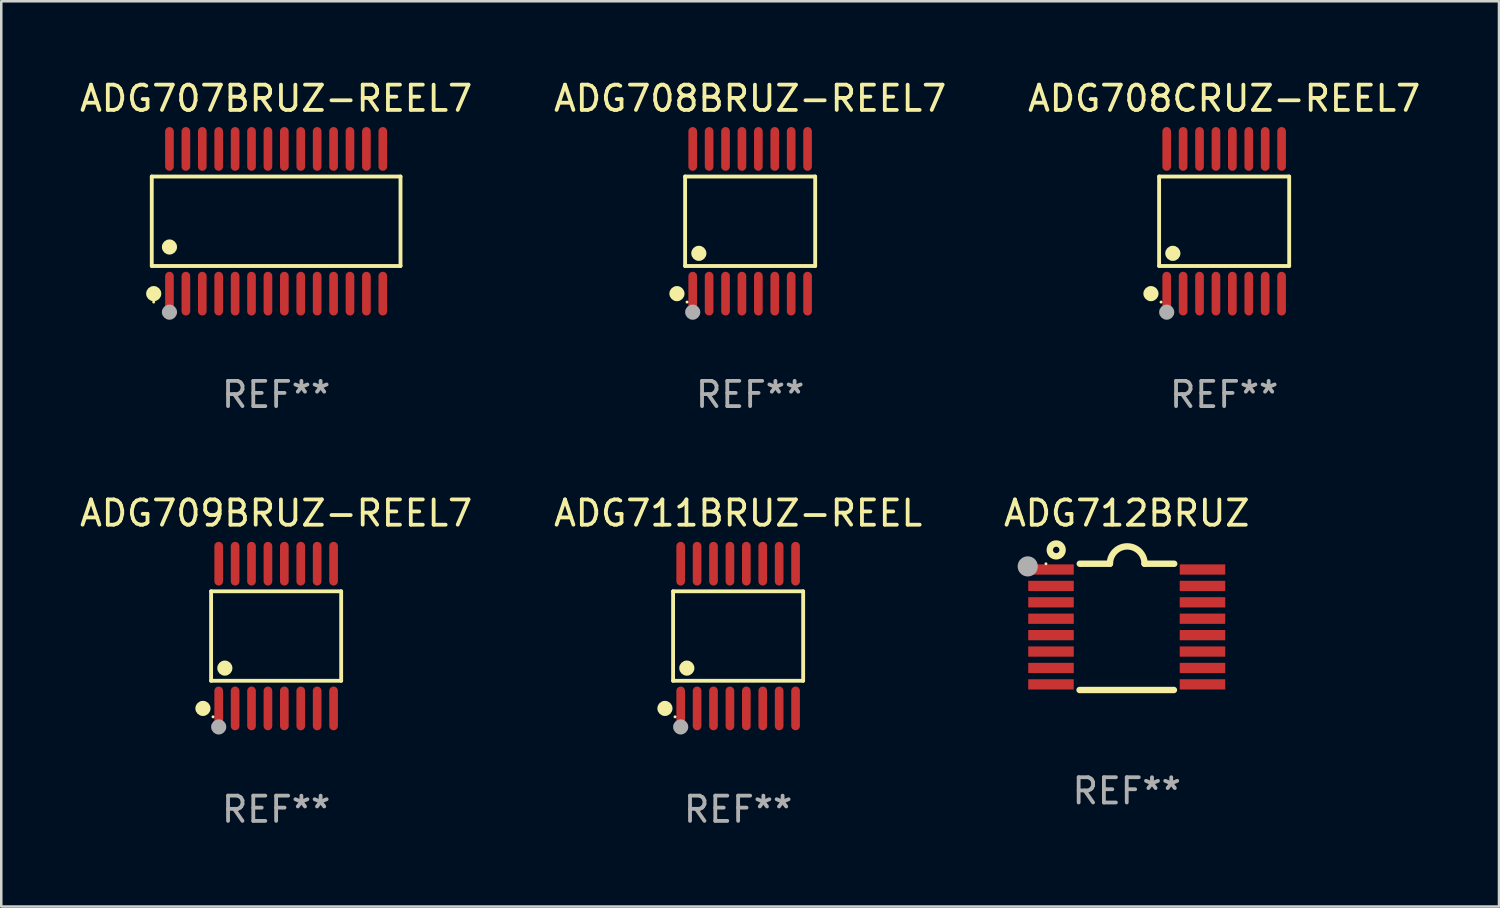
<source format=kicad_pcb>
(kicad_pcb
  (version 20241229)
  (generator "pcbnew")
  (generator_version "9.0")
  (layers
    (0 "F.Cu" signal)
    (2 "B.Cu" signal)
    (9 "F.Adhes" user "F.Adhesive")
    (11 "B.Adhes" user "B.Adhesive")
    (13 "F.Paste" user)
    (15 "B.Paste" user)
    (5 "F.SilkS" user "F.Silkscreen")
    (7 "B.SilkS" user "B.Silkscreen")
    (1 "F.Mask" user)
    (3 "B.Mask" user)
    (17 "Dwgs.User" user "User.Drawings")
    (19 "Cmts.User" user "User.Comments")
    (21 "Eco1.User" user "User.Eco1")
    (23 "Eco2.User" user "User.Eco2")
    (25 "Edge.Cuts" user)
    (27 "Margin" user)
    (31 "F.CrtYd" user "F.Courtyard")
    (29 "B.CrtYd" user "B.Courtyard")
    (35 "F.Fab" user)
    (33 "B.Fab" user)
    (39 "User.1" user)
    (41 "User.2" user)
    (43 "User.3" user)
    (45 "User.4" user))
  (footprint "ADG709BRUZ-REEL7"
    (layer "F.Cu")
    (at 7.887 22.142)
    (property "Reference" "ADG709BRUZ-REEL7" (at 0 -4.866 0) (layer "F.SilkS") (effects (font (size 1 1) (thickness 0.15))))
    (attr through_hole)
    (fp_line (start -2.576 -1.772) (end 2.576 -1.772) (stroke (width 0.152) (type solid)) (layer "F.SilkS"))
    (fp_line (start -2.576 1.771) (end -2.576 -1.772) (stroke (width 0.152) (type solid)) (layer "F.SilkS"))
    (fp_line (start 2.576 -1.772) (end 2.576 1.771) (stroke (width 0.152) (type solid)) (layer "F.SilkS"))
    (fp_line (start 2.576 1.771) (end -2.576 1.771) (stroke (width 0.152) (type solid)) (layer "F.SilkS"))
    (fp_circle (center -2.899 2.866) (end -2.749 2.866) (stroke (width 0.3) (type solid)) (fill no) (layer "F.SilkS"))
    (fp_circle (center -2.5 3.2) (end -2.47 3.2) (stroke (width 0.06) (type solid)) (fill no) (layer "F.SilkS"))
    (fp_circle (center -2.032 1.27) (end -1.882 1.27) (stroke (width 0.3) (type solid)) (fill no) (layer "F.SilkS"))
    (fp_circle (center -2.275 3.6) (end -2.125 3.6) (stroke (width 0.3) (type solid)) (fill no) (layer "F.Fab"))
    (fp_text user "REF**" (at 0 6.866 0) (layer "F.Fab") (effects (font (size 1 1) (thickness 0.15))))
    (pad "1" smd oval (at -2.275 2.866) (size 0.343 1.731) (layers "F.Cu" "F.Mask" "F.Paste"))
    (pad "2" smd oval (at -1.625 2.866) (size 0.343 1.731) (layers "F.Cu" "F.Mask" "F.Paste"))
    (pad "3" smd oval (at -0.975 2.866) (size 0.343 1.731) (layers "F.Cu" "F.Mask" "F.Paste"))
    (pad "4" smd oval (at -0.325 2.866) (size 0.343 1.731) (layers "F.Cu" "F.Mask" "F.Paste"))
    (pad "5" smd oval (at 0.325 2.866) (size 0.343 1.731) (layers "F.Cu" "F.Mask" "F.Paste"))
    (pad "6" smd oval (at 0.975 2.866) (size 0.343 1.731) (layers "F.Cu" "F.Mask" "F.Paste"))
    (pad "7" smd oval (at 1.625 2.866) (size 0.343 1.731) (layers "F.Cu" "F.Mask" "F.Paste"))
    (pad "8" smd oval (at 2.275 2.866) (size 0.343 1.731) (layers "F.Cu" "F.Mask" "F.Paste"))
    (pad "9" smd oval (at 2.275 -2.866) (size 0.343 1.731) (layers "F.Cu" "F.Mask" "F.Paste"))
    (pad "10" smd oval (at 1.625 -2.866) (size 0.343 1.731) (layers "F.Cu" "F.Mask" "F.Paste"))
    (pad "11" smd oval (at 0.975 -2.866) (size 0.343 1.731) (layers "F.Cu" "F.Mask" "F.Paste"))
    (pad "12" smd oval (at 0.325 -2.866) (size 0.343 1.731) (layers "F.Cu" "F.Mask" "F.Paste"))
    (pad "13" smd oval (at -0.325 -2.866) (size 0.343 1.731) (layers "F.Cu" "F.Mask" "F.Paste"))
    (pad "14" smd oval (at -0.975 -2.866) (size 0.343 1.731) (layers "F.Cu" "F.Mask" "F.Paste"))
    (pad "15" smd oval (at -1.625 -2.866) (size 0.343 1.731) (layers "F.Cu" "F.Mask" "F.Paste"))
    (pad "16" smd oval (at -2.275 -2.866) (size 0.343 1.731) (layers "F.Cu" "F.Mask" "F.Paste")))
  (footprint "ADG711BRUZ-REEL"
    (layer "F.Cu")
    (at 26.185 22.142)
    (property "Reference" "ADG711BRUZ-REEL" (at 0 -4.866 0) (layer "F.SilkS") (effects (font (size 1 1) (thickness 0.15))))
    (attr through_hole)
    (fp_line (start -2.576 -1.772) (end 2.576 -1.772) (stroke (width 0.152) (type solid)) (layer "F.SilkS"))
    (fp_line (start -2.576 1.771) (end -2.576 -1.772) (stroke (width 0.152) (type solid)) (layer "F.SilkS"))
    (fp_line (start 2.576 -1.772) (end 2.576 1.771) (stroke (width 0.152) (type solid)) (layer "F.SilkS"))
    (fp_line (start 2.576 1.771) (end -2.576 1.771) (stroke (width 0.152) (type solid)) (layer "F.SilkS"))
    (fp_circle (center -2.899 2.866) (end -2.749 2.866) (stroke (width 0.3) (type solid)) (fill no) (layer "F.SilkS"))
    (fp_circle (center -2.5 3.2) (end -2.47 3.2) (stroke (width 0.06) (type solid)) (fill no) (layer "F.SilkS"))
    (fp_circle (center -2.032 1.27) (end -1.882 1.27) (stroke (width 0.3) (type solid)) (fill no) (layer "F.SilkS"))
    (fp_circle (center -2.275 3.6) (end -2.125 3.6) (stroke (width 0.3) (type solid)) (fill no) (layer "F.Fab"))
    (fp_text user "REF**" (at 0 6.866 0) (layer "F.Fab") (effects (font (size 1 1) (thickness 0.15))))
    (pad "1" smd oval (at -2.275 2.866) (size 0.343 1.731) (layers "F.Cu" "F.Mask" "F.Paste"))
    (pad "2" smd oval (at -1.625 2.866) (size 0.343 1.731) (layers "F.Cu" "F.Mask" "F.Paste"))
    (pad "3" smd oval (at -0.975 2.866) (size 0.343 1.731) (layers "F.Cu" "F.Mask" "F.Paste"))
    (pad "4" smd oval (at -0.325 2.866) (size 0.343 1.731) (layers "F.Cu" "F.Mask" "F.Paste"))
    (pad "5" smd oval (at 0.325 2.866) (size 0.343 1.731) (layers "F.Cu" "F.Mask" "F.Paste"))
    (pad "6" smd oval (at 0.975 2.866) (size 0.343 1.731) (layers "F.Cu" "F.Mask" "F.Paste"))
    (pad "7" smd oval (at 1.625 2.866) (size 0.343 1.731) (layers "F.Cu" "F.Mask" "F.Paste"))
    (pad "8" smd oval (at 2.275 2.866) (size 0.343 1.731) (layers "F.Cu" "F.Mask" "F.Paste"))
    (pad "9" smd oval (at 2.275 -2.866) (size 0.343 1.731) (layers "F.Cu" "F.Mask" "F.Paste"))
    (pad "10" smd oval (at 1.625 -2.866) (size 0.343 1.731) (layers "F.Cu" "F.Mask" "F.Paste"))
    (pad "11" smd oval (at 0.975 -2.866) (size 0.343 1.731) (layers "F.Cu" "F.Mask" "F.Paste"))
    (pad "12" smd oval (at 0.325 -2.866) (size 0.343 1.731) (layers "F.Cu" "F.Mask" "F.Paste"))
    (pad "13" smd oval (at -0.325 -2.866) (size 0.343 1.731) (layers "F.Cu" "F.Mask" "F.Paste"))
    (pad "14" smd oval (at -0.975 -2.866) (size 0.343 1.731) (layers "F.Cu" "F.Mask" "F.Paste"))
    (pad "15" smd oval (at -1.625 -2.866) (size 0.343 1.731) (layers "F.Cu" "F.Mask" "F.Paste"))
    (pad "16" smd oval (at -2.275 -2.866) (size 0.343 1.731) (layers "F.Cu" "F.Mask" "F.Paste")))
  (footprint "ADG708BRUZ-REEL7"
    (layer "F.Cu")
    (at 26.661 5.714)
    (property "Reference" "ADG708BRUZ-REEL7" (at 0 -4.866 0) (layer "F.SilkS") (effects (font (size 1 1) (thickness 0.15))))
    (attr through_hole)
    (fp_line (start -2.576 -1.772) (end 2.576 -1.772) (stroke (width 0.152) (type solid)) (layer "F.SilkS"))
    (fp_line (start -2.576 1.771) (end -2.576 -1.772) (stroke (width 0.152) (type solid)) (layer "F.SilkS"))
    (fp_line (start 2.576 -1.772) (end 2.576 1.771) (stroke (width 0.152) (type solid)) (layer "F.SilkS"))
    (fp_line (start 2.576 1.771) (end -2.576 1.771) (stroke (width 0.152) (type solid)) (layer "F.SilkS"))
    (fp_circle (center -2.899 2.866) (end -2.749 2.866) (stroke (width 0.3) (type solid)) (fill no) (layer "F.SilkS"))
    (fp_circle (center -2.5 3.2) (end -2.47 3.2) (stroke (width 0.06) (type solid)) (fill no) (layer "F.SilkS"))
    (fp_circle (center -2.032 1.27) (end -1.882 1.27) (stroke (width 0.3) (type solid)) (fill no) (layer "F.SilkS"))
    (fp_circle (center -2.275 3.6) (end -2.125 3.6) (stroke (width 0.3) (type solid)) (fill no) (layer "F.Fab"))
    (fp_text user "REF**" (at 0 6.866 0) (layer "F.Fab") (effects (font (size 1 1) (thickness 0.15))))
    (pad "1" smd oval (at -2.275 2.866) (size 0.343 1.731) (layers "F.Cu" "F.Mask" "F.Paste"))
    (pad "2" smd oval (at -1.625 2.866) (size 0.343 1.731) (layers "F.Cu" "F.Mask" "F.Paste"))
    (pad "3" smd oval (at -0.975 2.866) (size 0.343 1.731) (layers "F.Cu" "F.Mask" "F.Paste"))
    (pad "4" smd oval (at -0.325 2.866) (size 0.343 1.731) (layers "F.Cu" "F.Mask" "F.Paste"))
    (pad "5" smd oval (at 0.325 2.866) (size 0.343 1.731) (layers "F.Cu" "F.Mask" "F.Paste"))
    (pad "6" smd oval (at 0.975 2.866) (size 0.343 1.731) (layers "F.Cu" "F.Mask" "F.Paste"))
    (pad "7" smd oval (at 1.625 2.866) (size 0.343 1.731) (layers "F.Cu" "F.Mask" "F.Paste"))
    (pad "8" smd oval (at 2.275 2.866) (size 0.343 1.731) (layers "F.Cu" "F.Mask" "F.Paste"))
    (pad "9" smd oval (at 2.275 -2.866) (size 0.343 1.731) (layers "F.Cu" "F.Mask" "F.Paste"))
    (pad "10" smd oval (at 1.625 -2.866) (size 0.343 1.731) (layers "F.Cu" "F.Mask" "F.Paste"))
    (pad "11" smd oval (at 0.975 -2.866) (size 0.343 1.731) (layers "F.Cu" "F.Mask" "F.Paste"))
    (pad "12" smd oval (at 0.325 -2.866) (size 0.343 1.731) (layers "F.Cu" "F.Mask" "F.Paste"))
    (pad "13" smd oval (at -0.325 -2.866) (size 0.343 1.731) (layers "F.Cu" "F.Mask" "F.Paste"))
    (pad "14" smd oval (at -0.975 -2.866) (size 0.343 1.731) (layers "F.Cu" "F.Mask" "F.Paste"))
    (pad "15" smd oval (at -1.625 -2.866) (size 0.343 1.731) (layers "F.Cu" "F.Mask" "F.Paste"))
    (pad "16" smd oval (at -2.275 -2.866) (size 0.343 1.731) (layers "F.Cu" "F.Mask" "F.Paste")))
  (footprint "ADG708CRUZ-REEL7"
    (layer "F.Cu")
    (at 45.435 5.714)
    (property "Reference" "ADG708CRUZ-REEL7" (at 0 -4.866 0) (layer "F.SilkS") (effects (font (size 1 1) (thickness 0.15))))
    (attr through_hole)
    (fp_line (start -2.576 -1.772) (end 2.576 -1.772) (stroke (width 0.152) (type solid)) (layer "F.SilkS"))
    (fp_line (start -2.576 1.771) (end -2.576 -1.772) (stroke (width 0.152) (type solid)) (layer "F.SilkS"))
    (fp_line (start 2.576 -1.772) (end 2.576 1.771) (stroke (width 0.152) (type solid)) (layer "F.SilkS"))
    (fp_line (start 2.576 1.771) (end -2.576 1.771) (stroke (width 0.152) (type solid)) (layer "F.SilkS"))
    (fp_circle (center -2.899 2.866) (end -2.749 2.866) (stroke (width 0.3) (type solid)) (fill no) (layer "F.SilkS"))
    (fp_circle (center -2.5 3.2) (end -2.47 3.2) (stroke (width 0.06) (type solid)) (fill no) (layer "F.SilkS"))
    (fp_circle (center -2.032 1.27) (end -1.882 1.27) (stroke (width 0.3) (type solid)) (fill no) (layer "F.SilkS"))
    (fp_circle (center -2.275 3.6) (end -2.125 3.6) (stroke (width 0.3) (type solid)) (fill no) (layer "F.Fab"))
    (fp_text user "REF**" (at 0 6.866 0) (layer "F.Fab") (effects (font (size 1 1) (thickness 0.15))))
    (pad "1" smd oval (at -2.275 2.866) (size 0.343 1.731) (layers "F.Cu" "F.Mask" "F.Paste"))
    (pad "2" smd oval (at -1.625 2.866) (size 0.343 1.731) (layers "F.Cu" "F.Mask" "F.Paste"))
    (pad "3" smd oval (at -0.975 2.866) (size 0.343 1.731) (layers "F.Cu" "F.Mask" "F.Paste"))
    (pad "4" smd oval (at -0.325 2.866) (size 0.343 1.731) (layers "F.Cu" "F.Mask" "F.Paste"))
    (pad "5" smd oval (at 0.325 2.866) (size 0.343 1.731) (layers "F.Cu" "F.Mask" "F.Paste"))
    (pad "6" smd oval (at 0.975 2.866) (size 0.343 1.731) (layers "F.Cu" "F.Mask" "F.Paste"))
    (pad "7" smd oval (at 1.625 2.866) (size 0.343 1.731) (layers "F.Cu" "F.Mask" "F.Paste"))
    (pad "8" smd oval (at 2.275 2.866) (size 0.343 1.731) (layers "F.Cu" "F.Mask" "F.Paste"))
    (pad "9" smd oval (at 2.275 -2.866) (size 0.343 1.731) (layers "F.Cu" "F.Mask" "F.Paste"))
    (pad "10" smd oval (at 1.625 -2.866) (size 0.343 1.731) (layers "F.Cu" "F.Mask" "F.Paste"))
    (pad "11" smd oval (at 0.975 -2.866) (size 0.343 1.731) (layers "F.Cu" "F.Mask" "F.Paste"))
    (pad "12" smd oval (at 0.325 -2.866) (size 0.343 1.731) (layers "F.Cu" "F.Mask" "F.Paste"))
    (pad "13" smd oval (at -0.325 -2.866) (size 0.343 1.731) (layers "F.Cu" "F.Mask" "F.Paste"))
    (pad "14" smd oval (at -0.975 -2.866) (size 0.343 1.731) (layers "F.Cu" "F.Mask" "F.Paste"))
    (pad "15" smd oval (at -1.625 -2.866) (size 0.343 1.731) (layers "F.Cu" "F.Mask" "F.Paste"))
    (pad "16" smd oval (at -2.275 -2.866) (size 0.343 1.731) (layers "F.Cu" "F.Mask" "F.Paste")))
  (footprint "ADG712BRUZ"
    (layer "F.Cu")
    (at 41.577 21.778)
    (property "Reference" "ADG712BRUZ" (at 0 -4.501 0) (layer "F.SilkS") (effects (font (size 1 1) (thickness 0.15))))
    (attr through_hole)
    (fp_line (start -1.868 2.501) (end 1.868 2.501) (stroke (width 0.254) (type solid)) (layer "F.SilkS"))
    (fp_line (start -1.86 -2.499) (end -0.666 -2.501) (stroke (width 0.254) (type solid)) (layer "F.SilkS"))
    (fp_line (start 0.706 -2.501) (end 1.88 -2.499) (stroke (width 0.254) (type solid)) (layer "F.SilkS"))
    (fp_arc (start -0.665914 -2.501448) (mid 0.019888 -3.18725) (end 0.70569 -2.501448) (stroke (width 0.254001) (type solid)) (layer "F.SilkS"))
    (fp_circle (center -3.2 -2.497) (end -3.17 -2.497) (stroke (width 0.06) (type solid)) (fill no) (layer "F.SilkS"))
    (fp_circle (center -2.794 -3.047) (end -2.54 -3.047) (stroke (width 0.254) (type solid)) (fill no) (layer "F.SilkS"))
    (fp_circle (center -3.921 -2.395) (end -3.721 -2.395) (stroke (width 0.4) (type solid)) (fill no) (layer "F.Fab"))
    (fp_text user "REF**" (at 0 6.501 0) (layer "F.Fab") (effects (font (size 1 1) (thickness 0.15))))
    (pad "1" smd rect (at -3 -2.272) (size 1.803 0.406) (layers "F.Cu" "F.Mask" "F.Paste"))
    (pad "2" smd rect (at -3 -1.622) (size 1.803 0.406) (layers "F.Cu" "F.Mask" "F.Paste"))
    (pad "3" smd rect (at -3 -0.972) (size 1.803 0.406) (layers "F.Cu" "F.Mask" "F.Paste"))
    (pad "4" smd rect (at -3 -0.322) (size 1.803 0.406) (layers "F.Cu" "F.Mask" "F.Paste"))
    (pad "5" smd rect (at -3 0.328) (size 1.803 0.406) (layers "F.Cu" "F.Mask" "F.Paste"))
    (pad "6" smd rect (at -3 0.978) (size 1.803 0.406) (layers "F.Cu" "F.Mask" "F.Paste"))
    (pad "7" smd rect (at -3 1.628) (size 1.803 0.406) (layers "F.Cu" "F.Mask" "F.Paste"))
    (pad "8" smd rect (at -3 2.278) (size 1.803 0.406) (layers "F.Cu" "F.Mask" "F.Paste"))
    (pad "9" smd rect (at 3 2.278) (size 1.803 0.406) (layers "F.Cu" "F.Mask" "F.Paste"))
    (pad "10" smd rect (at 3 1.628) (size 1.803 0.406) (layers "F.Cu" "F.Mask" "F.Paste"))
    (pad "11" smd rect (at 3 0.978) (size 1.803 0.406) (layers "F.Cu" "F.Mask" "F.Paste"))
    (pad "12" smd rect (at 3 0.328) (size 1.803 0.406) (layers "F.Cu" "F.Mask" "F.Paste"))
    (pad "13" smd rect (at 3 -0.322) (size 1.803 0.406) (layers "F.Cu" "F.Mask" "F.Paste"))
    (pad "14" smd rect (at 3 -0.972) (size 1.803 0.406) (layers "F.Cu" "F.Mask" "F.Paste"))
    (pad "15" smd rect (at 3 -1.622) (size 1.803 0.406) (layers "F.Cu" "F.Mask" "F.Paste"))
    (pad "16" smd rect (at 3 -2.272) (size 1.803 0.406) (layers "F.Cu" "F.Mask" "F.Paste")))
  (footprint "ADG707BRUZ-REEL7"
    (layer "F.Cu")
    (at 7.887 5.714)
    (property "Reference" "ADG707BRUZ-REEL7" (at 0 -4.866 0) (layer "F.SilkS") (effects (font (size 1 1) (thickness 0.15))))
    (attr through_hole)
    (fp_line (start -4.926 -1.772) (end 4.926 -1.772) (stroke (width 0.152) (type solid)) (layer "F.SilkS"))
    (fp_line (start -4.926 1.771) (end -4.926 -1.772) (stroke (width 0.152) (type solid)) (layer "F.SilkS"))
    (fp_line (start 4.926 -1.772) (end 4.926 1.771) (stroke (width 0.152) (type solid)) (layer "F.SilkS"))
    (fp_line (start 4.926 1.771) (end -4.926 1.771) (stroke (width 0.152) (type solid)) (layer "F.SilkS"))
    (fp_circle (center -4.85 3.2) (end -4.82 3.2) (stroke (width 0.06) (type solid)) (fill no) (layer "F.SilkS"))
    (fp_circle (center -4.849 2.866) (end -4.699 2.866) (stroke (width 0.3) (type solid)) (fill no) (layer "F.SilkS"))
    (fp_circle (center -4.225 1.019) (end -4.075 1.019) (stroke (width 0.3) (type solid)) (fill no) (layer "F.SilkS"))
    (fp_circle (center -4.225 3.6) (end -4.075 3.6) (stroke (width 0.3) (type solid)) (fill no) (layer "F.Fab"))
    (fp_text user "REF**" (at 0 6.866 0) (layer "F.Fab") (effects (font (size 1 1) (thickness 0.15))))
    (pad "1" smd oval (at -4.225 2.866) (size 0.343 1.731) (layers "F.Cu" "F.Mask" "F.Paste"))
    (pad "2" smd oval (at -3.575 2.866) (size 0.343 1.731) (layers "F.Cu" "F.Mask" "F.Paste"))
    (pad "3" smd oval (at -2.925 2.866) (size 0.343 1.731) (layers "F.Cu" "F.Mask" "F.Paste"))
    (pad "4" smd oval (at -2.275 2.866) (size 0.343 1.731) (layers "F.Cu" "F.Mask" "F.Paste"))
    (pad "5" smd oval (at -1.625 2.866) (size 0.343 1.731) (layers "F.Cu" "F.Mask" "F.Paste"))
    (pad "6" smd oval (at -0.975 2.866) (size 0.343 1.731) (layers "F.Cu" "F.Mask" "F.Paste"))
    (pad "7" smd oval (at -0.325 2.866) (size 0.343 1.731) (layers "F.Cu" "F.Mask" "F.Paste"))
    (pad "8" smd oval (at 0.325 2.866) (size 0.343 1.731) (layers "F.Cu" "F.Mask" "F.Paste"))
    (pad "9" smd oval (at 0.975 2.866) (size 0.343 1.731) (layers "F.Cu" "F.Mask" "F.Paste"))
    (pad "10" smd oval (at 1.625 2.866) (size 0.343 1.731) (layers "F.Cu" "F.Mask" "F.Paste"))
    (pad "11" smd oval (at 2.275 2.866) (size 0.343 1.731) (layers "F.Cu" "F.Mask" "F.Paste"))
    (pad "12" smd oval (at 2.925 2.866) (size 0.343 1.731) (layers "F.Cu" "F.Mask" "F.Paste"))
    (pad "13" smd oval (at 3.575 2.866) (size 0.343 1.731) (layers "F.Cu" "F.Mask" "F.Paste"))
    (pad "14" smd oval (at 4.225 2.866) (size 0.343 1.731) (layers "F.Cu" "F.Mask" "F.Paste"))
    (pad "15" smd oval (at 4.225 -2.866) (size 0.343 1.731) (layers "F.Cu" "F.Mask" "F.Paste"))
    (pad "16" smd oval (at 3.575 -2.866) (size 0.343 1.731) (layers "F.Cu" "F.Mask" "F.Paste"))
    (pad "17" smd oval (at 2.925 -2.866) (size 0.343 1.731) (layers "F.Cu" "F.Mask" "F.Paste"))
    (pad "18" smd oval (at 2.275 -2.866) (size 0.343 1.731) (layers "F.Cu" "F.Mask" "F.Paste"))
    (pad "19" smd oval (at 1.625 -2.866) (size 0.343 1.731) (layers "F.Cu" "F.Mask" "F.Paste"))
    (pad "20" smd oval (at 0.975 -2.866) (size 0.343 1.731) (layers "F.Cu" "F.Mask" "F.Paste"))
    (pad "21" smd oval (at 0.325 -2.866) (size 0.343 1.731) (layers "F.Cu" "F.Mask" "F.Paste"))
    (pad "22" smd oval (at -0.325 -2.866) (size 0.343 1.731) (layers "F.Cu" "F.Mask" "F.Paste"))
    (pad "23" smd oval (at -0.975 -2.866) (size 0.343 1.731) (layers "F.Cu" "F.Mask" "F.Paste"))
    (pad "24" smd oval (at -1.625 -2.866) (size 0.343 1.731) (layers "F.Cu" "F.Mask" "F.Paste"))
    (pad "25" smd oval (at -2.275 -2.866) (size 0.343 1.731) (layers "F.Cu" "F.Mask" "F.Paste"))
    (pad "26" smd oval (at -2.925 -2.866) (size 0.343 1.731) (layers "F.Cu" "F.Mask" "F.Paste"))
    (pad "27" smd oval (at -3.575 -2.866) (size 0.343 1.731) (layers "F.Cu" "F.Mask" "F.Paste"))
    (pad "28" smd oval (at -4.225 -2.866) (size 0.343 1.731) (layers "F.Cu" "F.Mask" "F.Paste")))
  (gr_rect
    (start -3 -3)
    (end 56.321 32.856)
    (stroke (width 0.1) (type default))
    (fill no)
    (layer "Edge.Cuts")))
</source>
